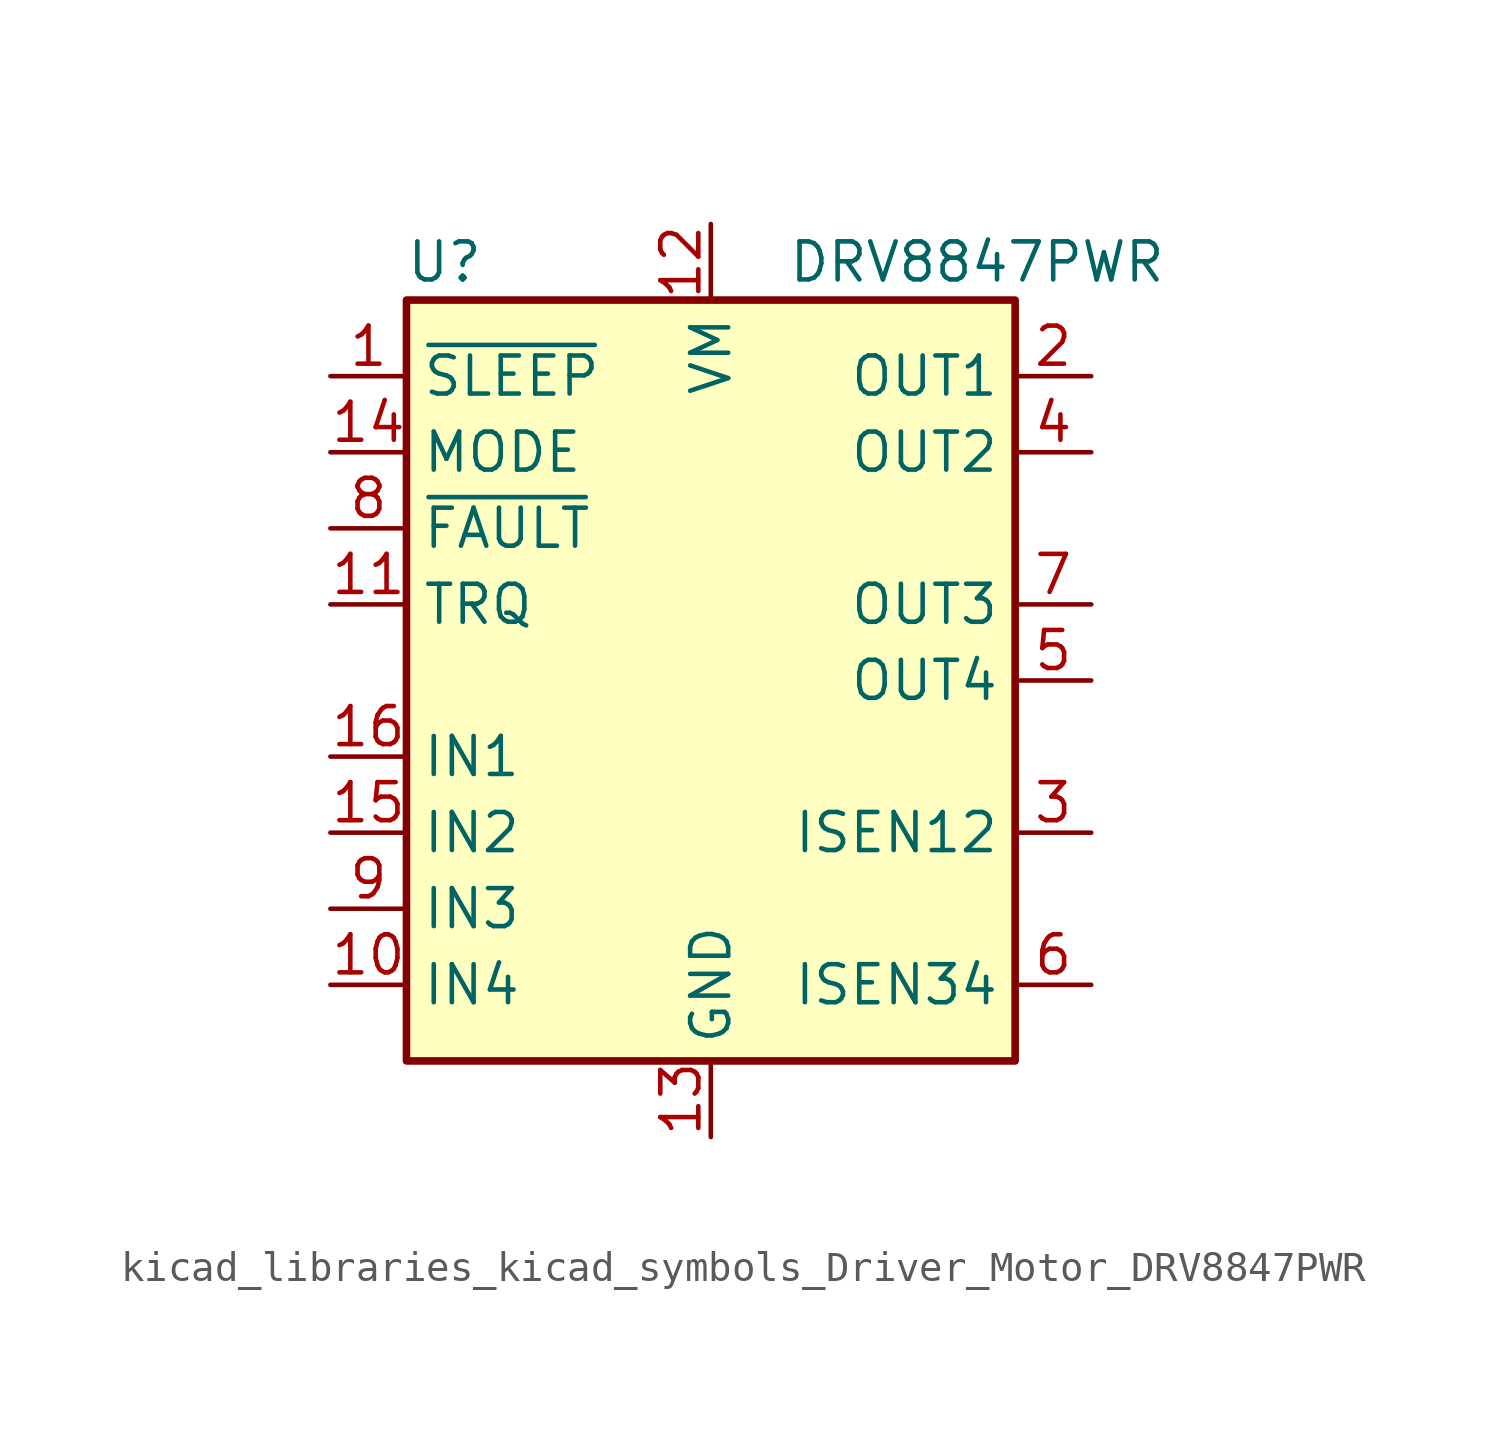
<source format=kicad_sym>
(kicad_symbol_lib
  (version 20220914)
  (generator kicad_symbol_editor)
  (symbol "kicad_libraries_kicad_symbols_Driver_Motor_DRV8847PWR"
    (property "Reference" "U"
      (at -8.89 13.97 0)
      (effects (font (size 1.27 1.27))))
    (property "Value" "DRV8847PWR"
      (at 8.89 13.97 0)
      (effects (font (size 1.27 1.27))))
    (symbol "kicad_libraries_kicad_symbols_Driver_Motor_DRV8847PWR_0_1"
      (rectangle (start -10.16 -12.7) (end 10.16 12.7) (stroke (width 0.254) (type default)) (fill (type background))))
    (symbol "kicad_libraries_kicad_symbols_Driver_Motor_DRV8847PWR_1_1"
      (pin input line (at -12.7 10.16 0) (length 2.54) (name "~{SLEEP}" (effects (font (size 1.27 1.27)))) (number "1" (effects (font (size 1.27 1.27)))))
      (pin input line (at -12.7 -10.16 0) (length 2.54) (name "IN4" (effects (font (size 1.27 1.27)))) (number "10" (effects (font (size 1.27 1.27)))))
      (pin input line (at -12.7 2.54 0) (length 2.54) (name "TRQ" (effects (font (size 1.27 1.27)))) (number "11" (effects (font (size 1.27 1.27)))))
      (pin power_in line (at 0 15.24 270) (length 2.54) (name "VM" (effects (font (size 1.27 1.27)))) (number "12" (effects (font (size 1.27 1.27)))))
      (pin power_in line (at 0 -15.24 90) (length 2.54) (name "GND" (effects (font (size 1.27 1.27)))) (number "13" (effects (font (size 1.27 1.27)))))
      (pin input line (at -12.7 7.62 0) (length 2.54) (name "MODE" (effects (font (size 1.27 1.27)))) (number "14" (effects (font (size 1.27 1.27)))))
      (pin input line (at -12.7 -5.08 0) (length 2.54) (name "IN2" (effects (font (size 1.27 1.27)))) (number "15" (effects (font (size 1.27 1.27)))))
      (pin input line (at -12.7 -2.54 0) (length 2.54) (name "IN1" (effects (font (size 1.27 1.27)))) (number "16" (effects (font (size 1.27 1.27)))))
      (pin output line (at 12.7 10.16 180) (length 2.54) (name "OUT1" (effects (font (size 1.27 1.27)))) (number "2" (effects (font (size 1.27 1.27)))))
      (pin passive line (at 12.7 -5.08 180) (length 2.54) (name "ISEN12" (effects (font (size 1.27 1.27)))) (number "3" (effects (font (size 1.27 1.27)))))
      (pin output line (at 12.7 7.62 180) (length 2.54) (name "OUT2" (effects (font (size 1.27 1.27)))) (number "4" (effects (font (size 1.27 1.27)))))
      (pin output line (at 12.7 0 180) (length 2.54) (name "OUT4" (effects (font (size 1.27 1.27)))) (number "5" (effects (font (size 1.27 1.27)))))
      (pin passive line (at 12.7 -10.16 180) (length 2.54) (name "ISEN34" (effects (font (size 1.27 1.27)))) (number "6" (effects (font (size 1.27 1.27)))))
      (pin output line (at 12.7 2.54 180) (length 2.54) (name "OUT3" (effects (font (size 1.27 1.27)))) (number "7" (effects (font (size 1.27 1.27)))))
      (pin open_collector line (at -12.7 5.08 0) (length 2.54) (name "~{FAULT}" (effects (font (size 1.27 1.27)))) (number "8" (effects (font (size 1.27 1.27)))))
      (pin input line (at -12.7 -7.62 0) (length 2.54) (name "IN3" (effects (font (size 1.27 1.27)))) (number "9" (effects (font (size 1.27 1.27))))))))
</source>
